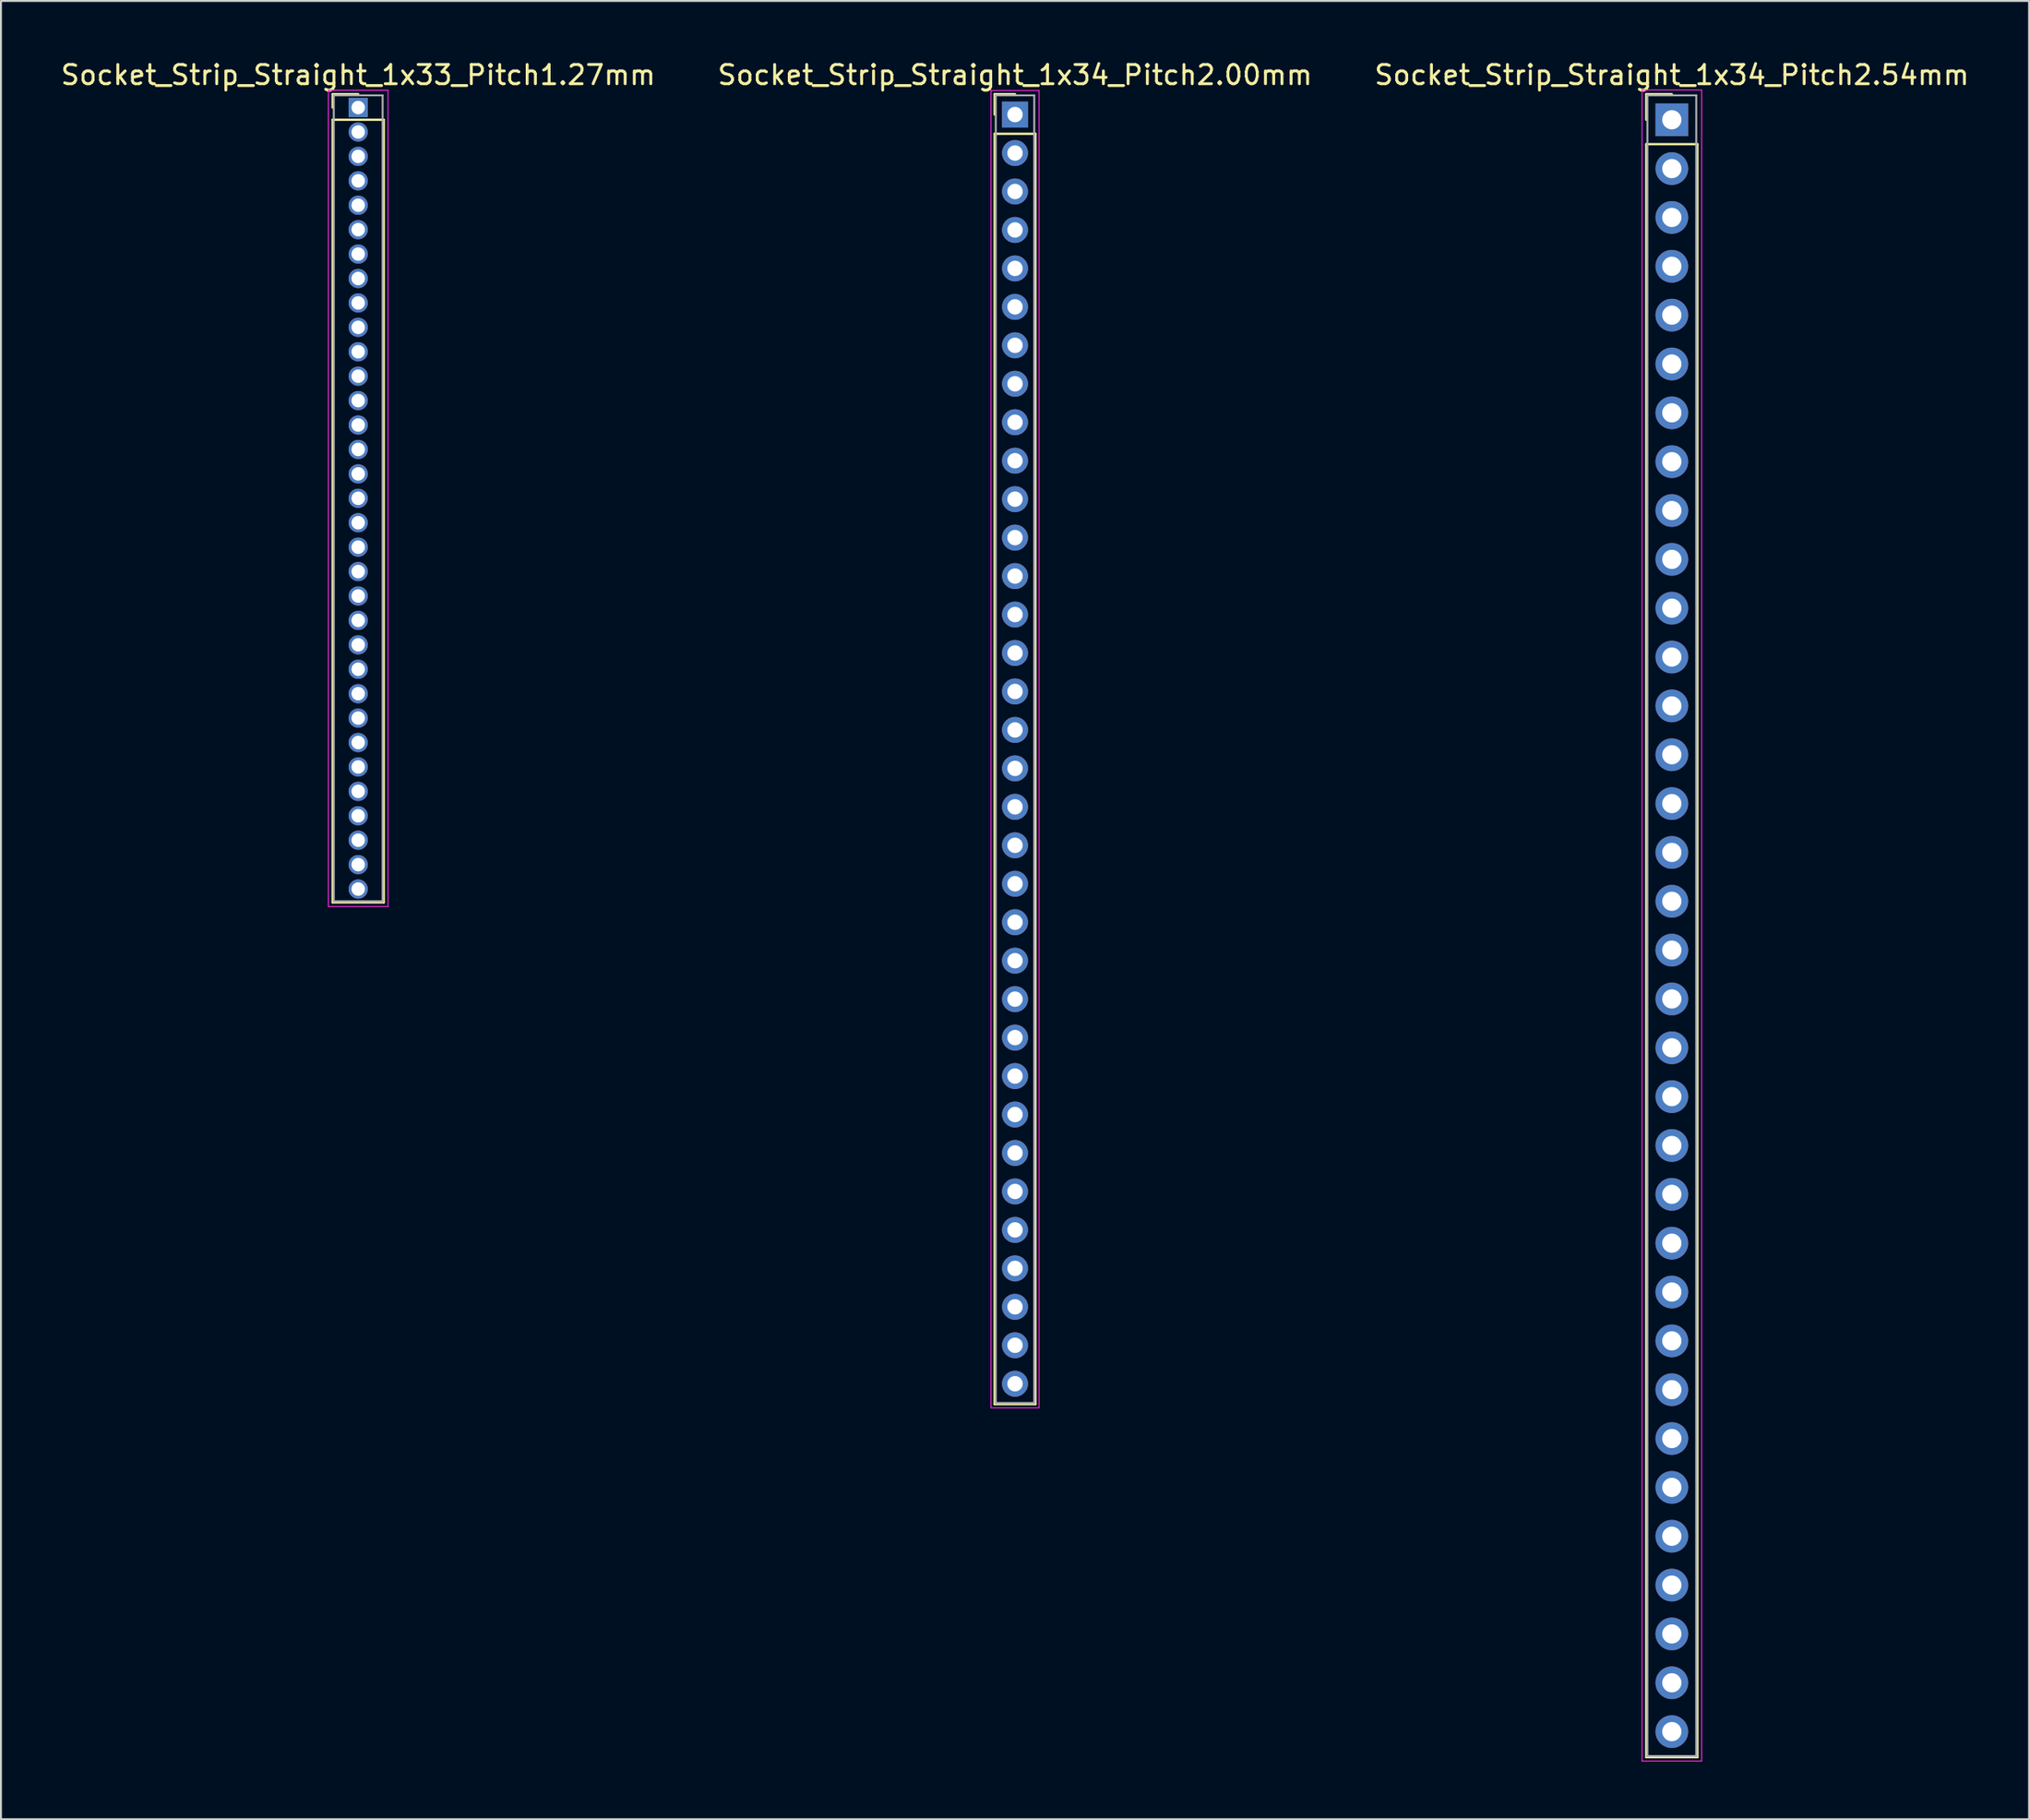
<source format=kicad_pcb>
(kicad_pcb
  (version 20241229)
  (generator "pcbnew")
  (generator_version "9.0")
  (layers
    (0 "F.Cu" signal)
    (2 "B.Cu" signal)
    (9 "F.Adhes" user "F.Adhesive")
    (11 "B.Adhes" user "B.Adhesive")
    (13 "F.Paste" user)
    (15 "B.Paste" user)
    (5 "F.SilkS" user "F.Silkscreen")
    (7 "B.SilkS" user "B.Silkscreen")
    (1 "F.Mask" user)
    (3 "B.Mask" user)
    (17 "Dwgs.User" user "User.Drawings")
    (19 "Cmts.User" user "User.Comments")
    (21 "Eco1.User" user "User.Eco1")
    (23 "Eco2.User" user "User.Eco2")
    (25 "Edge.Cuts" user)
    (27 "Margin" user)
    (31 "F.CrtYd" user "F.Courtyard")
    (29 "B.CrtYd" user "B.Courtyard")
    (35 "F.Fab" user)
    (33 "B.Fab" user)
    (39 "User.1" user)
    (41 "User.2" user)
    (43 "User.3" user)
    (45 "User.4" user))
  (footprint "Socket_Strip_Straight_1x33_Pitch1.27mm"
    (layer "F.Cu")
    (at 15.577 2.543)
    (property "Reference" "Socket_Strip_Straight_1x33_Pitch1.27mm" (at 0 -1.695 0) (layer "F.SilkS") (effects (font (size 1 1) (thickness 0.15))))
    (attr through_hole)
    (fp_line (start -1.33 -0.695) (end 0 -0.695) (stroke (width 0.12) (type solid)) (layer "F.SilkS"))
    (fp_line (start -1.33 0) (end -1.33 -0.695) (stroke (width 0.12) (type solid)) (layer "F.SilkS"))
    (fp_line (start -1.33 0.635) (end -1.33 41.335) (stroke (width 0.12) (type solid)) (layer "F.SilkS"))
    (fp_line (start -1.33 41.335) (end 1.33 41.335) (stroke (width 0.12) (type solid)) (layer "F.SilkS"))
    (fp_line (start 1.33 0.635) (end -1.33 0.635) (stroke (width 0.12) (type solid)) (layer "F.SilkS"))
    (fp_line (start 1.33 41.335) (end 1.33 0.635) (stroke (width 0.12) (type solid)) (layer "F.SilkS"))
    (fp_line (start -1.55 -0.9) (end -1.55 41.55) (stroke (width 0.05) (type solid)) (layer "F.CrtYd"))
    (fp_line (start -1.55 41.55) (end 1.55 41.55) (stroke (width 0.05) (type solid)) (layer "F.CrtYd"))
    (fp_line (start 1.55 -0.9) (end -1.55 -0.9) (stroke (width 0.05) (type solid)) (layer "F.CrtYd"))
    (fp_line (start 1.55 41.55) (end 1.55 -0.9) (stroke (width 0.05) (type solid)) (layer "F.CrtYd"))
    (fp_line (start -1.27 -0.635) (end -1.27 41.275) (stroke (width 0.1) (type solid)) (layer "F.Fab"))
    (fp_line (start -1.27 41.275) (end 1.27 41.275) (stroke (width 0.1) (type solid)) (layer "F.Fab"))
    (fp_line (start 1.27 -0.635) (end -1.27 -0.635) (stroke (width 0.1) (type solid)) (layer "F.Fab"))
    (fp_line (start 1.27 41.275) (end 1.27 -0.635) (stroke (width 0.1) (type solid)) (layer "F.Fab"))
    (pad "1" thru_hole rect (at 0 0) (size 1 1) (drill 0.7) (layers "*.Cu" "*.Mask"))
    (pad "2" thru_hole oval (at 0 1.27) (size 1 1) (drill 0.7) (layers "*.Cu" "*.Mask"))
    (pad "3" thru_hole oval (at 0 2.54) (size 1 1) (drill 0.7) (layers "*.Cu" "*.Mask"))
    (pad "4" thru_hole oval (at 0 3.81) (size 1 1) (drill 0.7) (layers "*.Cu" "*.Mask"))
    (pad "5" thru_hole oval (at 0 5.08) (size 1 1) (drill 0.7) (layers "*.Cu" "*.Mask"))
    (pad "6" thru_hole oval (at 0 6.35) (size 1 1) (drill 0.7) (layers "*.Cu" "*.Mask"))
    (pad "7" thru_hole oval (at 0 7.62) (size 1 1) (drill 0.7) (layers "*.Cu" "*.Mask"))
    (pad "8" thru_hole oval (at 0 8.89) (size 1 1) (drill 0.7) (layers "*.Cu" "*.Mask"))
    (pad "9" thru_hole oval (at 0 10.16) (size 1 1) (drill 0.7) (layers "*.Cu" "*.Mask"))
    (pad "10" thru_hole oval (at 0 11.43) (size 1 1) (drill 0.7) (layers "*.Cu" "*.Mask"))
    (pad "11" thru_hole oval (at 0 12.7) (size 1 1) (drill 0.7) (layers "*.Cu" "*.Mask"))
    (pad "12" thru_hole oval (at 0 13.97) (size 1 1) (drill 0.7) (layers "*.Cu" "*.Mask"))
    (pad "13" thru_hole oval (at 0 15.24) (size 1 1) (drill 0.7) (layers "*.Cu" "*.Mask"))
    (pad "14" thru_hole oval (at 0 16.51) (size 1 1) (drill 0.7) (layers "*.Cu" "*.Mask"))
    (pad "15" thru_hole oval (at 0 17.78) (size 1 1) (drill 0.7) (layers "*.Cu" "*.Mask"))
    (pad "16" thru_hole oval (at 0 19.05) (size 1 1) (drill 0.7) (layers "*.Cu" "*.Mask"))
    (pad "17" thru_hole oval (at 0 20.32) (size 1 1) (drill 0.7) (layers "*.Cu" "*.Mask"))
    (pad "18" thru_hole oval (at 0 21.59) (size 1 1) (drill 0.7) (layers "*.Cu" "*.Mask"))
    (pad "19" thru_hole oval (at 0 22.86) (size 1 1) (drill 0.7) (layers "*.Cu" "*.Mask"))
    (pad "20" thru_hole oval (at 0 24.13) (size 1 1) (drill 0.7) (layers "*.Cu" "*.Mask"))
    (pad "21" thru_hole oval (at 0 25.4) (size 1 1) (drill 0.7) (layers "*.Cu" "*.Mask"))
    (pad "22" thru_hole oval (at 0 26.67) (size 1 1) (drill 0.7) (layers "*.Cu" "*.Mask"))
    (pad "23" thru_hole oval (at 0 27.94) (size 1 1) (drill 0.7) (layers "*.Cu" "*.Mask"))
    (pad "24" thru_hole oval (at 0 29.21) (size 1 1) (drill 0.7) (layers "*.Cu" "*.Mask"))
    (pad "25" thru_hole oval (at 0 30.48) (size 1 1) (drill 0.7) (layers "*.Cu" "*.Mask"))
    (pad "26" thru_hole oval (at 0 31.75) (size 1 1) (drill 0.7) (layers "*.Cu" "*.Mask"))
    (pad "27" thru_hole oval (at 0 33.02) (size 1 1) (drill 0.7) (layers "*.Cu" "*.Mask"))
    (pad "28" thru_hole oval (at 0 34.29) (size 1 1) (drill 0.7) (layers "*.Cu" "*.Mask"))
    (pad "29" thru_hole oval (at 0 35.56) (size 1 1) (drill 0.7) (layers "*.Cu" "*.Mask"))
    (pad "30" thru_hole oval (at 0 36.83) (size 1 1) (drill 0.7) (layers "*.Cu" "*.Mask"))
    (pad "31" thru_hole oval (at 0 38.1) (size 1 1) (drill 0.7) (layers "*.Cu" "*.Mask"))
    (pad "32" thru_hole oval (at 0 39.37) (size 1 1) (drill 0.7) (layers "*.Cu" "*.Mask"))
    (pad "33" thru_hole oval (at 0 40.64) (size 1 1) (drill 0.7) (layers "*.Cu" "*.Mask")))
  (footprint "Socket_Strip_Straight_1x34_Pitch2.54mm"
    (layer "F.Cu")
    (at 83.887 3.178)
    (property "Reference" "Socket_Strip_Straight_1x34_Pitch2.54mm" (at 0 -2.33 0) (layer "F.SilkS") (effects (font (size 1 1) (thickness 0.15))))
    (attr through_hole)
    (fp_line (start -1.33 -1.33) (end 0 -1.33) (stroke (width 0.12) (type solid)) (layer "F.SilkS"))
    (fp_line (start -1.33 0) (end -1.33 -1.33) (stroke (width 0.12) (type solid)) (layer "F.SilkS"))
    (fp_line (start -1.33 1.27) (end -1.33 85.15) (stroke (width 0.12) (type solid)) (layer "F.SilkS"))
    (fp_line (start -1.33 85.15) (end 1.33 85.15) (stroke (width 0.12) (type solid)) (layer "F.SilkS"))
    (fp_line (start 1.33 1.27) (end -1.33 1.27) (stroke (width 0.12) (type solid)) (layer "F.SilkS"))
    (fp_line (start 1.33 85.15) (end 1.33 1.27) (stroke (width 0.12) (type solid)) (layer "F.SilkS"))
    (fp_line (start -1.55 -1.55) (end -1.55 85.35) (stroke (width 0.05) (type solid)) (layer "F.CrtYd"))
    (fp_line (start -1.55 85.35) (end 1.55 85.35) (stroke (width 0.05) (type solid)) (layer "F.CrtYd"))
    (fp_line (start 1.55 -1.55) (end -1.55 -1.55) (stroke (width 0.05) (type solid)) (layer "F.CrtYd"))
    (fp_line (start 1.55 85.35) (end 1.55 -1.55) (stroke (width 0.05) (type solid)) (layer "F.CrtYd"))
    (fp_line (start -1.27 -1.27) (end -1.27 85.09) (stroke (width 0.1) (type solid)) (layer "F.Fab"))
    (fp_line (start -1.27 85.09) (end 1.27 85.09) (stroke (width 0.1) (type solid)) (layer "F.Fab"))
    (fp_line (start 1.27 -1.27) (end -1.27 -1.27) (stroke (width 0.1) (type solid)) (layer "F.Fab"))
    (fp_line (start 1.27 85.09) (end 1.27 -1.27) (stroke (width 0.1) (type solid)) (layer "F.Fab"))
    (pad "1" thru_hole rect (at 0 0) (size 1.7 1.7) (drill 1) (layers "*.Cu" "*.Mask"))
    (pad "2" thru_hole oval (at 0 2.54) (size 1.7 1.7) (drill 1) (layers "*.Cu" "*.Mask"))
    (pad "3" thru_hole oval (at 0 5.08) (size 1.7 1.7) (drill 1) (layers "*.Cu" "*.Mask"))
    (pad "4" thru_hole oval (at 0 7.62) (size 1.7 1.7) (drill 1) (layers "*.Cu" "*.Mask"))
    (pad "5" thru_hole oval (at 0 10.16) (size 1.7 1.7) (drill 1) (layers "*.Cu" "*.Mask"))
    (pad "6" thru_hole oval (at 0 12.7) (size 1.7 1.7) (drill 1) (layers "*.Cu" "*.Mask"))
    (pad "7" thru_hole oval (at 0 15.24) (size 1.7 1.7) (drill 1) (layers "*.Cu" "*.Mask"))
    (pad "8" thru_hole oval (at 0 17.78) (size 1.7 1.7) (drill 1) (layers "*.Cu" "*.Mask"))
    (pad "9" thru_hole oval (at 0 20.32) (size 1.7 1.7) (drill 1) (layers "*.Cu" "*.Mask"))
    (pad "10" thru_hole oval (at 0 22.86) (size 1.7 1.7) (drill 1) (layers "*.Cu" "*.Mask"))
    (pad "11" thru_hole oval (at 0 25.4) (size 1.7 1.7) (drill 1) (layers "*.Cu" "*.Mask"))
    (pad "12" thru_hole oval (at 0 27.94) (size 1.7 1.7) (drill 1) (layers "*.Cu" "*.Mask"))
    (pad "13" thru_hole oval (at 0 30.48) (size 1.7 1.7) (drill 1) (layers "*.Cu" "*.Mask"))
    (pad "14" thru_hole oval (at 0 33.02) (size 1.7 1.7) (drill 1) (layers "*.Cu" "*.Mask"))
    (pad "15" thru_hole oval (at 0 35.56) (size 1.7 1.7) (drill 1) (layers "*.Cu" "*.Mask"))
    (pad "16" thru_hole oval (at 0 38.1) (size 1.7 1.7) (drill 1) (layers "*.Cu" "*.Mask"))
    (pad "17" thru_hole oval (at 0 40.64) (size 1.7 1.7) (drill 1) (layers "*.Cu" "*.Mask"))
    (pad "18" thru_hole oval (at 0 43.18) (size 1.7 1.7) (drill 1) (layers "*.Cu" "*.Mask"))
    (pad "19" thru_hole oval (at 0 45.72) (size 1.7 1.7) (drill 1) (layers "*.Cu" "*.Mask"))
    (pad "20" thru_hole oval (at 0 48.26) (size 1.7 1.7) (drill 1) (layers "*.Cu" "*.Mask"))
    (pad "21" thru_hole oval (at 0 50.8) (size 1.7 1.7) (drill 1) (layers "*.Cu" "*.Mask"))
    (pad "22" thru_hole oval (at 0 53.34) (size 1.7 1.7) (drill 1) (layers "*.Cu" "*.Mask"))
    (pad "23" thru_hole oval (at 0 55.88) (size 1.7 1.7) (drill 1) (layers "*.Cu" "*.Mask"))
    (pad "24" thru_hole oval (at 0 58.42) (size 1.7 1.7) (drill 1) (layers "*.Cu" "*.Mask"))
    (pad "25" thru_hole oval (at 0 60.96) (size 1.7 1.7) (drill 1) (layers "*.Cu" "*.Mask"))
    (pad "26" thru_hole oval (at 0 63.5) (size 1.7 1.7) (drill 1) (layers "*.Cu" "*.Mask"))
    (pad "27" thru_hole oval (at 0 66.04) (size 1.7 1.7) (drill 1) (layers "*.Cu" "*.Mask"))
    (pad "28" thru_hole oval (at 0 68.58) (size 1.7 1.7) (drill 1) (layers "*.Cu" "*.Mask"))
    (pad "29" thru_hole oval (at 0 71.12) (size 1.7 1.7) (drill 1) (layers "*.Cu" "*.Mask"))
    (pad "30" thru_hole oval (at 0 73.66) (size 1.7 1.7) (drill 1) (layers "*.Cu" "*.Mask"))
    (pad "31" thru_hole oval (at 0 76.2) (size 1.7 1.7) (drill 1) (layers "*.Cu" "*.Mask"))
    (pad "32" thru_hole oval (at 0 78.74) (size 1.7 1.7) (drill 1) (layers "*.Cu" "*.Mask"))
    (pad "33" thru_hole oval (at 0 81.28) (size 1.7 1.7) (drill 1) (layers "*.Cu" "*.Mask"))
    (pad "34" thru_hole oval (at 0 83.82) (size 1.7 1.7) (drill 1) (layers "*.Cu" "*.Mask")))
  (footprint "Socket_Strip_Straight_1x34_Pitch2.00mm"
    (layer "F.Cu")
    (at 49.732 2.908)
    (property "Reference" "Socket_Strip_Straight_1x34_Pitch2.00mm" (at 0 -2.06 0) (layer "F.SilkS") (effects (font (size 1 1) (thickness 0.15))))
    (attr through_hole)
    (fp_line (start -1.06 -1.06) (end 0 -1.06) (stroke (width 0.12) (type solid)) (layer "F.SilkS"))
    (fp_line (start -1.06 0) (end -1.06 -1.06) (stroke (width 0.12) (type solid)) (layer "F.SilkS"))
    (fp_line (start -1.06 1) (end -1.06 67.06) (stroke (width 0.12) (type solid)) (layer "F.SilkS"))
    (fp_line (start -1.06 67.06) (end 1.06 67.06) (stroke (width 0.12) (type solid)) (layer "F.SilkS"))
    (fp_line (start 1.06 1) (end -1.06 1) (stroke (width 0.12) (type solid)) (layer "F.SilkS"))
    (fp_line (start 1.06 67.06) (end 1.06 1) (stroke (width 0.12) (type solid)) (layer "F.SilkS"))
    (fp_line (start -1.25 -1.25) (end -1.25 67.25) (stroke (width 0.05) (type solid)) (layer "F.CrtYd"))
    (fp_line (start -1.25 67.25) (end 1.25 67.25) (stroke (width 0.05) (type solid)) (layer "F.CrtYd"))
    (fp_line (start 1.25 -1.25) (end -1.25 -1.25) (stroke (width 0.05) (type solid)) (layer "F.CrtYd"))
    (fp_line (start 1.25 67.25) (end 1.25 -1.25) (stroke (width 0.05) (type solid)) (layer "F.CrtYd"))
    (fp_line (start -1 -1) (end -1 67) (stroke (width 0.1) (type solid)) (layer "F.Fab"))
    (fp_line (start -1 67) (end 1 67) (stroke (width 0.1) (type solid)) (layer "F.Fab"))
    (fp_line (start 1 -1) (end -1 -1) (stroke (width 0.1) (type solid)) (layer "F.Fab"))
    (fp_line (start 1 67) (end 1 -1) (stroke (width 0.1) (type solid)) (layer "F.Fab"))
    (pad "1" thru_hole rect (at 0 0) (size 1.35 1.35) (drill 0.8) (layers "*.Cu" "*.Mask"))
    (pad "2" thru_hole oval (at 0 2) (size 1.35 1.35) (drill 0.8) (layers "*.Cu" "*.Mask"))
    (pad "3" thru_hole oval (at 0 4) (size 1.35 1.35) (drill 0.8) (layers "*.Cu" "*.Mask"))
    (pad "4" thru_hole oval (at 0 6) (size 1.35 1.35) (drill 0.8) (layers "*.Cu" "*.Mask"))
    (pad "5" thru_hole oval (at 0 8) (size 1.35 1.35) (drill 0.8) (layers "*.Cu" "*.Mask"))
    (pad "6" thru_hole oval (at 0 10) (size 1.35 1.35) (drill 0.8) (layers "*.Cu" "*.Mask"))
    (pad "7" thru_hole oval (at 0 12) (size 1.35 1.35) (drill 0.8) (layers "*.Cu" "*.Mask"))
    (pad "8" thru_hole oval (at 0 14) (size 1.35 1.35) (drill 0.8) (layers "*.Cu" "*.Mask"))
    (pad "9" thru_hole oval (at 0 16) (size 1.35 1.35) (drill 0.8) (layers "*.Cu" "*.Mask"))
    (pad "10" thru_hole oval (at 0 18) (size 1.35 1.35) (drill 0.8) (layers "*.Cu" "*.Mask"))
    (pad "11" thru_hole oval (at 0 20) (size 1.35 1.35) (drill 0.8) (layers "*.Cu" "*.Mask"))
    (pad "12" thru_hole oval (at 0 22) (size 1.35 1.35) (drill 0.8) (layers "*.Cu" "*.Mask"))
    (pad "13" thru_hole oval (at 0 24) (size 1.35 1.35) (drill 0.8) (layers "*.Cu" "*.Mask"))
    (pad "14" thru_hole oval (at 0 26) (size 1.35 1.35) (drill 0.8) (layers "*.Cu" "*.Mask"))
    (pad "15" thru_hole oval (at 0 28) (size 1.35 1.35) (drill 0.8) (layers "*.Cu" "*.Mask"))
    (pad "16" thru_hole oval (at 0 30) (size 1.35 1.35) (drill 0.8) (layers "*.Cu" "*.Mask"))
    (pad "17" thru_hole oval (at 0 32) (size 1.35 1.35) (drill 0.8) (layers "*.Cu" "*.Mask"))
    (pad "18" thru_hole oval (at 0 34) (size 1.35 1.35) (drill 0.8) (layers "*.Cu" "*.Mask"))
    (pad "19" thru_hole oval (at 0 36) (size 1.35 1.35) (drill 0.8) (layers "*.Cu" "*.Mask"))
    (pad "20" thru_hole oval (at 0 38) (size 1.35 1.35) (drill 0.8) (layers "*.Cu" "*.Mask"))
    (pad "21" thru_hole oval (at 0 40) (size 1.35 1.35) (drill 0.8) (layers "*.Cu" "*.Mask"))
    (pad "22" thru_hole oval (at 0 42) (size 1.35 1.35) (drill 0.8) (layers "*.Cu" "*.Mask"))
    (pad "23" thru_hole oval (at 0 44) (size 1.35 1.35) (drill 0.8) (layers "*.Cu" "*.Mask"))
    (pad "24" thru_hole oval (at 0 46) (size 1.35 1.35) (drill 0.8) (layers "*.Cu" "*.Mask"))
    (pad "25" thru_hole oval (at 0 48) (size 1.35 1.35) (drill 0.8) (layers "*.Cu" "*.Mask"))
    (pad "26" thru_hole oval (at 0 50) (size 1.35 1.35) (drill 0.8) (layers "*.Cu" "*.Mask"))
    (pad "27" thru_hole oval (at 0 52) (size 1.35 1.35) (drill 0.8) (layers "*.Cu" "*.Mask"))
    (pad "28" thru_hole oval (at 0 54) (size 1.35 1.35) (drill 0.8) (layers "*.Cu" "*.Mask"))
    (pad "29" thru_hole oval (at 0 56) (size 1.35 1.35) (drill 0.8) (layers "*.Cu" "*.Mask"))
    (pad "30" thru_hole oval (at 0 58) (size 1.35 1.35) (drill 0.8) (layers "*.Cu" "*.Mask"))
    (pad "31" thru_hole oval (at 0 60) (size 1.35 1.35) (drill 0.8) (layers "*.Cu" "*.Mask"))
    (pad "32" thru_hole oval (at 0 62) (size 1.35 1.35) (drill 0.8) (layers "*.Cu" "*.Mask"))
    (pad "33" thru_hole oval (at 0 64) (size 1.35 1.35) (drill 0.8) (layers "*.Cu" "*.Mask"))
    (pad "34" thru_hole oval (at 0 66) (size 1.35 1.35) (drill 0.8) (layers "*.Cu" "*.Mask")))
  (gr_rect
    (start -3 -3)
    (end 102.464 91.553)
    (stroke (width 0.1) (type default))
    (fill no)
    (layer "Edge.Cuts")))
</source>
